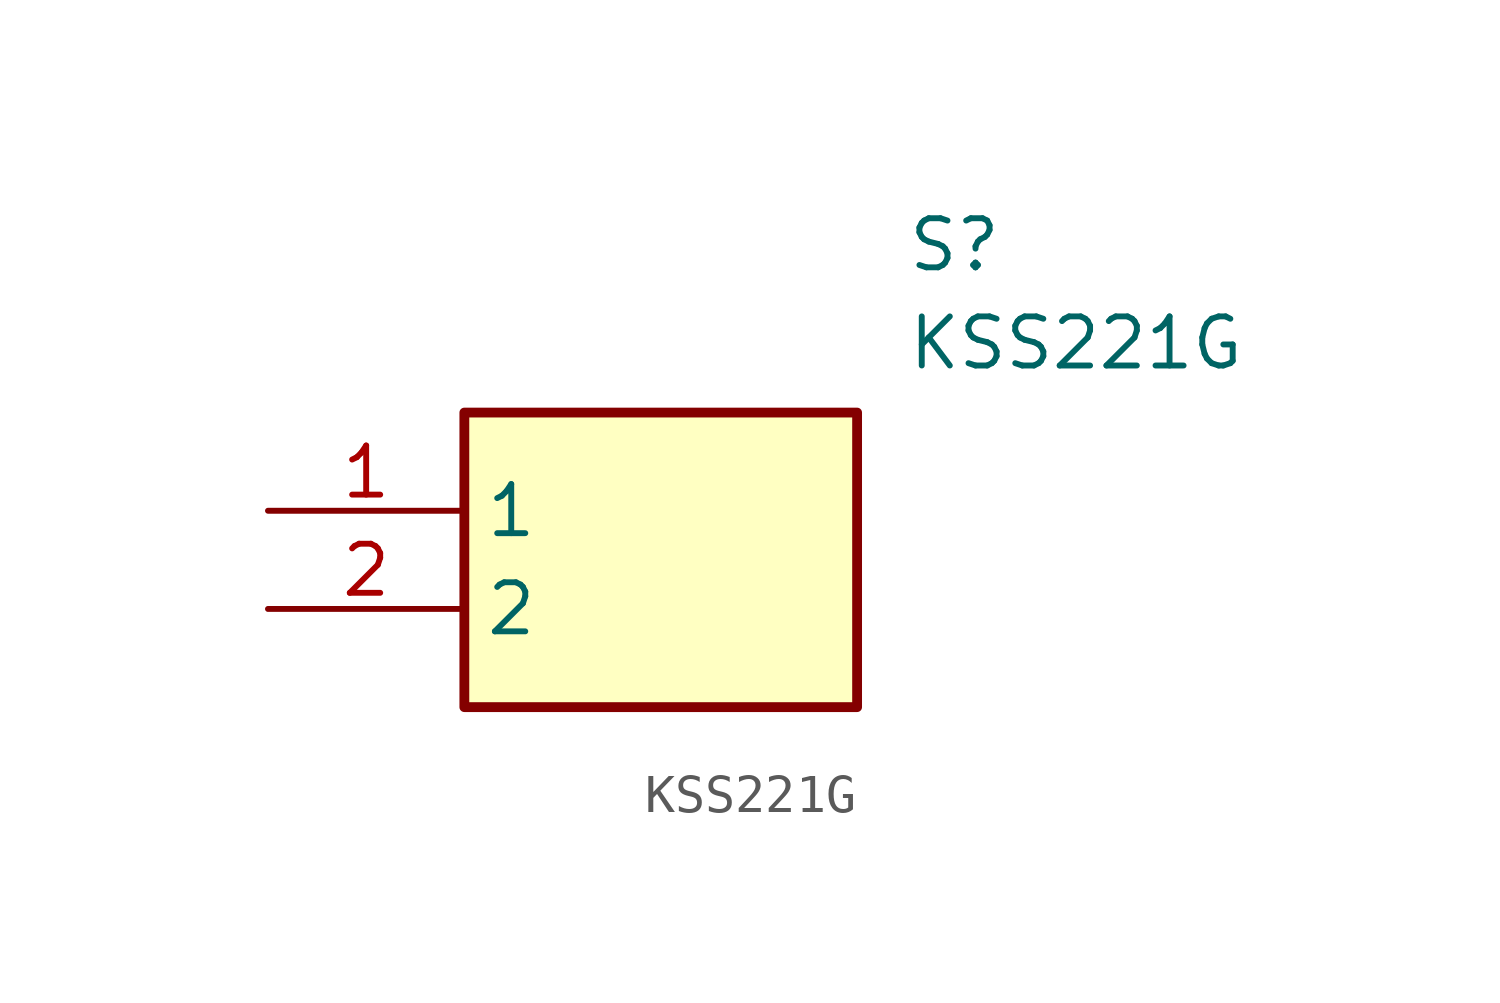
<source format=kicad_sym>
(kicad_symbol_lib
  (version 20211014)
  (generator SamacSys_ECAD_Model)
  (symbol "KSS221G"
    (property "Reference" "S"
      (at 16.51 7.62 0)
      (effects (font (size 1.27 1.27)) (justify left top)))
    (property "Value" "KSS221G"
      (at 16.51 5.08 0)
      (effects (font (size 1.27 1.27)) (justify left top)))
    (rectangle
      (start 5.08 2.54)
      (end 15.24 -5.08)
      (stroke (width 0.254) (type default))
      (fill (type background)))
    (pin passive line
      (at 0 0 0)
      (length 5.08)
      (name "1" (effects (font (size 1.27 1.27))))
      (number "1" (effects (font (size 1.27 1.27)))))
    (pin passive line
      (at 0 -2.54 0)
      (length 5.08)
      (name "2" (effects (font (size 1.27 1.27))))
      (number "2" (effects (font (size 1.27 1.27)))))))
</source>
